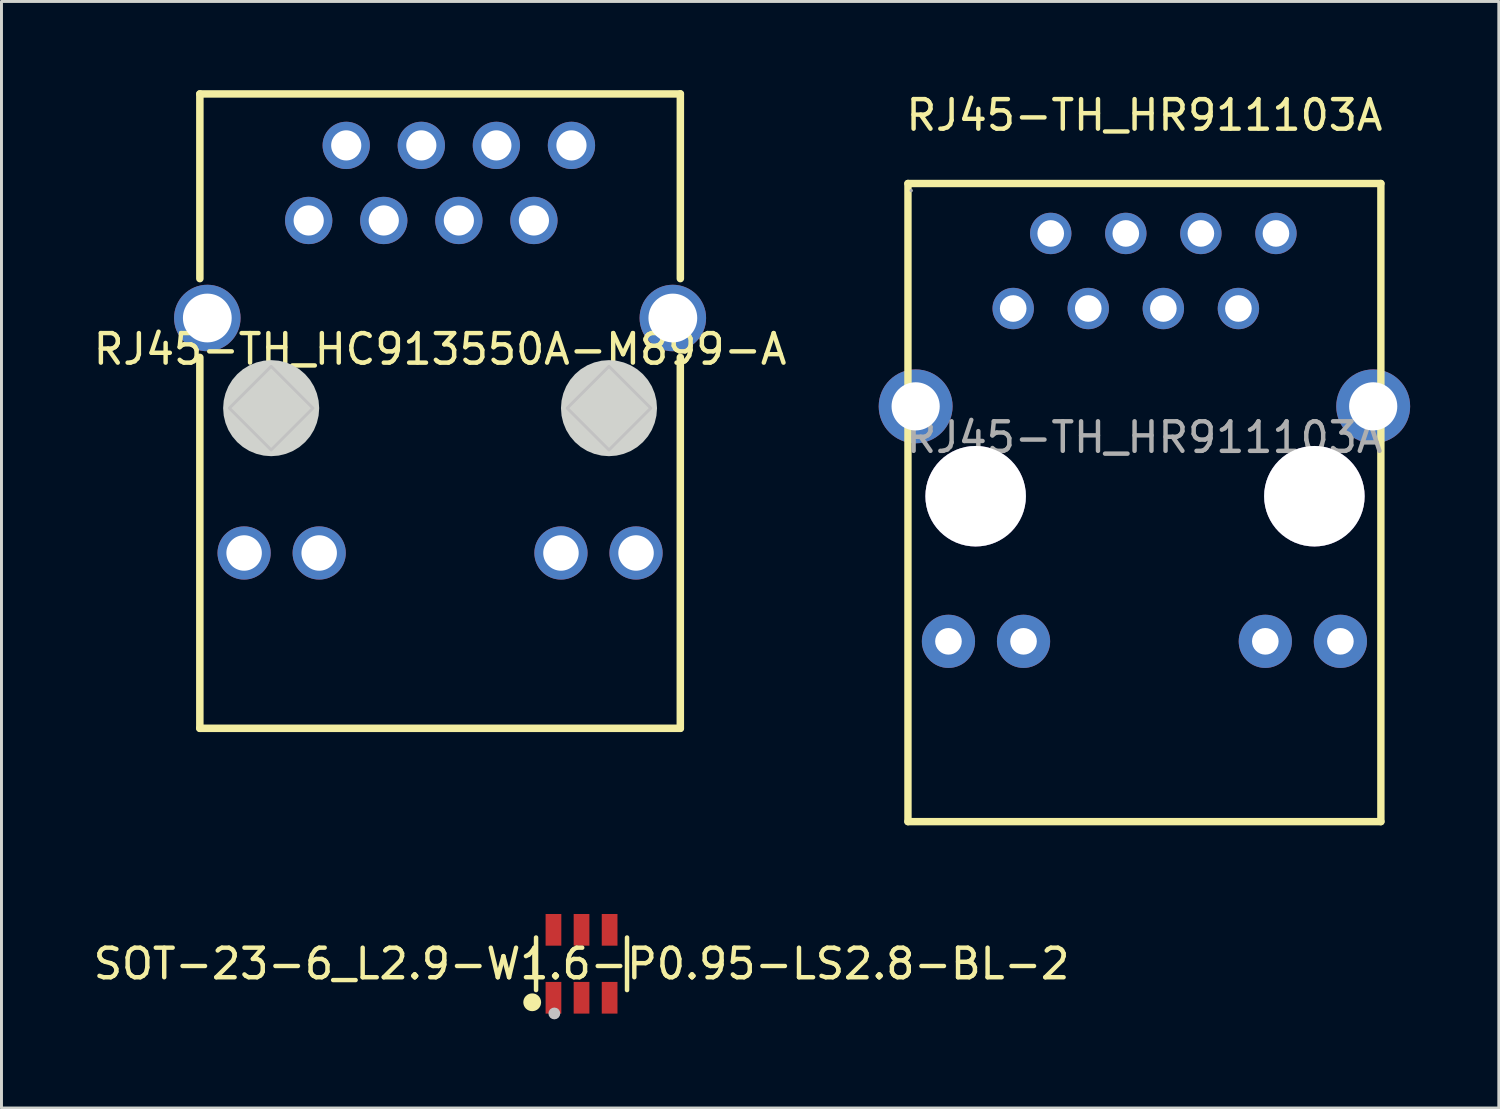
<source format=kicad_pcb>
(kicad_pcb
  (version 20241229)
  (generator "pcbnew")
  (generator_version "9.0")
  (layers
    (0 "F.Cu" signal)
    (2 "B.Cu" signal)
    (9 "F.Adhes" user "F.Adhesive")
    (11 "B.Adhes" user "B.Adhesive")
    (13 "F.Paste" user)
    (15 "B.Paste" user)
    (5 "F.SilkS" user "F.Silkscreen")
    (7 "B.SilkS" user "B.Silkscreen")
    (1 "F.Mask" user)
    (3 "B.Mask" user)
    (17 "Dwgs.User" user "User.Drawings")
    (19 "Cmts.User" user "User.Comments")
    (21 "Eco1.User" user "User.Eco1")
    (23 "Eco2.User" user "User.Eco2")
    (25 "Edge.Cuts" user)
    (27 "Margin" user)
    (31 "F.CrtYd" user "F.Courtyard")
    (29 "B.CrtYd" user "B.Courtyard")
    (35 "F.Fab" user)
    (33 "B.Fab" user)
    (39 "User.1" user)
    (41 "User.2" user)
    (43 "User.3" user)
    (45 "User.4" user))
  (footprint "RJ45-TH_HC913550A-M899-A"
    (layer "F.Cu")
    (at 11.839 8.764)
    (property "Reference" "RJ45-TH_HC913550A-M899-A" (at 0 0 0) (unlocked yes) (layer "F.SilkS") (effects (font (size 1 1) (thickness 0.15))))
    (fp_line (start -8.128 12.827) (end -8.128 0.278) (stroke (width 0.254) (type default)) (layer "F.SilkS"))
    (fp_line (start -8.127 -8.636) (end 8.129 -8.636) (stroke (width 0.254) (type default)) (layer "F.SilkS"))
    (fp_line (start -8.127 -2.388) (end -8.127 -8.636) (stroke (width 0.254) (type default)) (layer "F.SilkS"))
    (fp_line (start 8.128 0.278) (end 8.128 12.827) (stroke (width 0.254) (type default)) (layer "F.SilkS"))
    (fp_line (start 8.128 12.827) (end -8.128 12.827) (stroke (width 0.254) (type default)) (layer "F.SilkS"))
    (fp_line (start 8.129 -8.636) (end 8.129 -2.388) (stroke (width 0.254) (type default)) (layer "F.SilkS"))
    (fp_poly (pts (xy -5.715 3.409) (xy -7.129 1.995) (xy -5.715 0.581) (xy -4.301 1.995)) (stroke (width 0.1) (type default)) (fill no) (layer "Dwgs.User"))
    (fp_poly (pts (xy 5.715 3.409) (xy 4.301 1.995) (xy 5.715 0.581) (xy 7.129 1.995)) (stroke (width 0.1) (type default)) (fill no) (layer "Dwgs.User"))
    (fp_poly (pts (xy -4.09 1.995) (xy -4.11 1.741) (xy -4.17 1.493) (xy -4.267 1.257) (xy -4.4 1.04) (xy -4.566 0.846) (xy -4.76 0.68) (xy -4.977 0.547) (xy -5.213 0.45) (xy -5.461 0.39) (xy -5.715 0.37) (xy -5.969 0.39) (xy -6.217 0.45) (xy -6.453 0.547) (xy -6.67 0.68) (xy -6.864 0.846) (xy -7.03 1.04) (xy -7.163 1.257) (xy -7.26 1.493) (xy -7.32 1.741) (xy -7.34 1.995) (xy -7.32 2.249) (xy -7.26 2.497) (xy -7.163 2.733) (xy -7.03 2.95) (xy -6.864 3.144) (xy -6.67 3.31) (xy -6.453 3.443) (xy -6.217 3.54) (xy -5.969 3.6) (xy -5.715 3.62) (xy -5.461 3.6) (xy -5.213 3.54) (xy -4.977 3.443) (xy -4.76 3.31) (xy -4.566 3.144) (xy -4.4 2.95) (xy -4.267 2.733) (xy -4.17 2.497) (xy -4.11 2.249)) (stroke (width 0) (type default)) (fill yes) (layer "Edge.Cuts"))
    (fp_poly (pts (xy 7.34 1.995) (xy 7.32 1.741) (xy 7.26 1.493) (xy 7.163 1.257) (xy 7.03 1.04) (xy 6.864 0.846) (xy 6.67 0.68) (xy 6.453 0.547) (xy 6.217 0.45) (xy 5.969 0.39) (xy 5.715 0.37) (xy 5.461 0.39) (xy 5.213 0.45) (xy 4.977 0.547) (xy 4.76 0.68) (xy 4.566 0.846) (xy 4.4 1.04) (xy 4.267 1.257) (xy 4.17 1.493) (xy 4.11 1.741) (xy 4.09 1.995) (xy 4.11 2.249) (xy 4.17 2.497) (xy 4.267 2.733) (xy 4.4 2.95) (xy 4.566 3.144) (xy 4.76 3.31) (xy 4.977 3.443) (xy 5.213 3.54) (xy 5.461 3.6) (xy 5.715 3.62) (xy 5.969 3.6) (xy 6.217 3.54) (xy 6.453 3.443) (xy 6.67 3.31) (xy 6.864 3.144) (xy 7.03 2.95) (xy 7.163 2.733) (xy 7.26 2.497) (xy 7.32 2.249)) (stroke (width 0) (type default)) (fill yes) (layer "Edge.Cuts"))
    (fp_poly (pts (xy -8.025 -0.405) (xy -8.025 -1.705) (xy -7.725 -1.705) (xy -7.725 -0.405)) (stroke (width 0.1) (type default)) (fill no) (layer "User.1"))
    (fp_poly (pts (xy -7.01 6.575) (xy -6.25 6.575) (xy -6.25 7.215) (xy -7.01 7.215)) (stroke (width 0.1) (type default)) (fill no) (layer "User.1"))
    (fp_poly (pts (xy -4.77 -4.58) (xy -4.12 -4.58) (xy -4.12 -4.13) (xy -4.77 -4.13)) (stroke (width 0.1) (type default)) (fill no) (layer "User.1"))
    (fp_poly (pts (xy -4.47 6.575) (xy -3.71 6.575) (xy -3.71 7.215) (xy -4.47 7.215)) (stroke (width 0.1) (type default)) (fill no) (layer "User.1"))
    (fp_poly (pts (xy -3.5 -7.12) (xy -2.85 -7.12) (xy -2.85 -6.67) (xy -3.5 -6.67)) (stroke (width 0.1) (type default)) (fill no) (layer "User.1"))
    (fp_poly (pts (xy -2.23 -4.58) (xy -1.58 -4.58) (xy -1.58 -4.13) (xy -2.23 -4.13)) (stroke (width 0.1) (type default)) (fill no) (layer "User.1"))
    (fp_poly (pts (xy -0.96 -7.12) (xy -0.31 -7.12) (xy -0.31 -6.67) (xy -0.96 -6.67)) (stroke (width 0.1) (type default)) (fill no) (layer "User.1"))
    (fp_poly (pts (xy 0.31 -4.58) (xy 0.96 -4.58) (xy 0.96 -4.13) (xy 0.31 -4.13)) (stroke (width 0.1) (type default)) (fill no) (layer "User.1"))
    (fp_poly (pts (xy 1.58 -7.12) (xy 2.23 -7.12) (xy 2.23 -6.67) (xy 1.58 -6.67)) (stroke (width 0.1) (type default)) (fill no) (layer "User.1"))
    (fp_poly (pts (xy 2.85 -4.58) (xy 3.5 -4.58) (xy 3.5 -4.13) (xy 2.85 -4.13)) (stroke (width 0.1) (type default)) (fill no) (layer "User.1"))
    (fp_poly (pts (xy 3.71 6.575) (xy 4.47 6.575) (xy 4.47 7.215) (xy 3.71 7.215)) (stroke (width 0.1) (type default)) (fill no) (layer "User.1"))
    (fp_poly (pts (xy 4.12 -7.12) (xy 4.77 -7.12) (xy 4.77 -6.67) (xy 4.12 -6.67)) (stroke (width 0.1) (type default)) (fill no) (layer "User.1"))
    (fp_poly (pts (xy 6.25 6.575) (xy 7.01 6.575) (xy 7.01 7.215) (xy 6.25 7.215)) (stroke (width 0.1) (type default)) (fill no) (layer "User.1"))
    (fp_poly (pts (xy 7.725 -0.405) (xy 7.725 -1.705) (xy 8.025 -1.705) (xy 8.025 -0.405)) (stroke (width 0.1) (type default)) (fill no) (layer "User.1"))
    (fp_line (start -8 -8.605) (end 8 -8.605) (stroke (width 0.051) (type default)) (layer "User.2"))
    (fp_line (start -8 12.695) (end -8 -8.605) (stroke (width 0.051) (type default)) (layer "User.2"))
    (fp_line (start 8 -8.605) (end 8 12.695) (stroke (width 0.051) (type default)) (layer "User.2"))
    (fp_line (start 8 12.695) (end -8 12.695) (stroke (width 0.051) (type default)) (layer "User.2"))
    (fp_poly (pts (xy -7.965 -8.605) (xy -7.983 -8.647) (xy -8.025 -8.665) (xy -8.067 -8.647) (xy -8.085 -8.605) (xy -8.067 -8.563) (xy -8.025 -8.545) (xy -7.983 -8.563)) (stroke (width 0.1) (type default)) (fill no) (layer "User.3"))
    (pad "1" thru_hole circle (at -3.175 -6.895) (size 1.6 1.6) (drill 1.02) (layers "*.Cu" "*.Mask"))
    (pad "2" thru_hole circle (at -0.635 -6.895) (size 1.6 1.6) (drill 1.02) (layers "*.Cu" "*.Mask"))
    (pad "3" thru_hole circle (at 1.905 -6.895) (size 1.6 1.6) (drill 1.02) (layers "*.Cu" "*.Mask"))
    (pad "4" thru_hole circle (at 4.445 -6.895) (size 1.6 1.6) (drill 1.02) (layers "*.Cu" "*.Mask"))
    (pad "5" thru_hole circle (at -4.445 -4.355) (size 1.6 1.6) (drill 1.02) (layers "*.Cu" "*.Mask"))
    (pad "6" thru_hole circle (at -1.905 -4.355) (size 1.6 1.6) (drill 1.02) (layers "*.Cu" "*.Mask"))
    (pad "7" thru_hole circle (at 0.635 -4.355) (size 1.6 1.6) (drill 1.02) (layers "*.Cu" "*.Mask"))
    (pad "8" thru_hole circle (at 3.175 -4.355) (size 1.6 1.6) (drill 1.02) (layers "*.Cu" "*.Mask"))
    (pad "9" thru_hole circle (at -7.875 -1.055 90) (size 2.25 2.25) (drill 1.65) (layers "*.Cu" "*.Mask"))
    (pad "10" thru_hole circle (at 7.875 -1.055 90) (size 2.25 2.25) (drill 1.65) (layers "*.Cu" "*.Mask"))
    (pad "11" thru_hole circle (at -6.63 6.895) (size 1.8 1.8) (drill 1.2) (layers "*.Cu" "*.Mask"))
    (pad "12" thru_hole circle (at -4.09 6.895) (size 1.8 1.8) (drill 1.2) (layers "*.Cu" "*.Mask"))
    (pad "13" thru_hole circle (at 4.09 6.895) (size 1.8 1.8) (drill 1.2) (layers "*.Cu" "*.Mask"))
    (pad "14" thru_hole circle (at 6.63 6.895) (size 1.8 1.8) (drill 1.2) (layers "*.Cu" "*.Mask")))
  (footprint "RJ45-TH_HR911103A"
    (layer "F.Cu")
    (at 35.669 11.748)
    (property "Reference" "RJ45-TH_HR911103A" (at 0 -10.9 0) (layer "F.SilkS") (effects (font (size 1 1) (thickness 0.15))))
    (attr through_hole)
    (fp_line (start -8 -8.59) (end 8 -8.59) (stroke (width 0.25) (type solid)) (layer "F.SilkS"))
    (fp_line (start -8 13) (end -8 -8.59) (stroke (width 0.25) (type solid)) (layer "F.SilkS"))
    (fp_line (start 8 -8.59) (end 8 13) (stroke (width 0.25) (type solid)) (layer "F.SilkS"))
    (fp_line (start 8 13) (end -8 13) (stroke (width 0.25) (type solid)) (layer "F.SilkS"))
    (fp_circle (center -5.71 1.99) (end -4.96 1.99) (stroke (width 1.5) (type solid)) (fill no) (layer "Cmts.User"))
    (fp_circle (center 5.75 1.99) (end 6.5 1.99) (stroke (width 1.5) (type solid)) (fill no) (layer "Cmts.User"))
    (fp_circle (center -7.89 -8.35) (end -7.86 -8.35) (stroke (width 0.06) (type solid)) (fill no) (layer "F.Fab"))
    (fp_text user "${REFERENCE}" (at 0 0 0) (layer "F.Fab") (effects (font (size 1 1) (thickness 0.15))))
    (pad "" thru_hole circle (at -5.71 1.99) (size 3.4 3.4) (drill 3.4) (layers "*.Cu" "*.Mask"))
    (pad "" thru_hole circle (at 5.75 1.99) (size 3.4 3.4) (drill 3.4) (layers "*.Cu" "*.Mask"))
    (pad "1" thru_hole circle (at -4.44 -4.36) (size 1.4 1.4) (drill 0.9) (layers "*.Cu" "*.Mask"))
    (pad "2" thru_hole circle (at -3.17 -6.9) (size 1.4 1.4) (drill 0.9) (layers "*.Cu" "*.Mask"))
    (pad "3" thru_hole circle (at -1.9 -4.36) (size 1.4 1.4) (drill 0.9) (layers "*.Cu" "*.Mask"))
    (pad "4" thru_hole circle (at -0.63 -6.9) (size 1.4 1.4) (drill 0.9) (layers "*.Cu" "*.Mask"))
    (pad "5" thru_hole circle (at 0.64 -4.36) (size 1.4 1.4) (drill 0.9) (layers "*.Cu" "*.Mask"))
    (pad "6" thru_hole circle (at 1.91 -6.9) (size 1.4 1.4) (drill 0.9) (layers "*.Cu" "*.Mask"))
    (pad "7" thru_hole circle (at 3.18 -4.36) (size 1.4 1.4) (drill 0.9) (layers "*.Cu" "*.Mask"))
    (pad "8" thru_hole circle (at 4.45 -6.9) (size 1.4 1.4) (drill 0.9) (layers "*.Cu" "*.Mask"))
    (pad "9" thru_hole circle (at -6.63 6.9 180) (size 1.8 1.8) (drill 0.9) (layers "*.Cu" "*.Mask"))
    (pad "10" thru_hole circle (at -4.09 6.9 180) (size 1.8 1.8) (drill 0.9) (layers "*.Cu" "*.Mask"))
    (pad "11" thru_hole circle (at 4.09 6.9 180) (size 1.8 1.8) (drill 0.9) (layers "*.Cu" "*.Mask"))
    (pad "12" thru_hole circle (at 6.63 6.9 180) (size 1.8 1.8) (drill 0.9) (layers "*.Cu" "*.Mask"))
    (pad "13" thru_hole circle (at -7.74 -1.05) (size 2.5 2.5) (drill oval 1.63 1.63) (layers "*.Cu" "*.Mask"))
    (pad "13" thru_hole circle (at 7.74 -1.05) (size 2.5 2.5) (drill oval 1.63 1.63) (layers "*.Cu" "*.Mask")))
  (footprint "SOT-23-6_L2.9-W1.6-P0.95-LS2.8-BL-2"
    (layer "F.Cu")
    (at 16.625 29.558)
    (property "Reference" "SOT-23-6_L2.9-W1.6-P0.95-LS2.8-BL-2" (at 0 0 0) (unlocked yes) (layer "F.SilkS") (effects (font (size 1 1) (thickness 0.15))))
    (fp_line (start -1.539 0.889) (end -1.539 -0.889) (stroke (width 0.152) (type default)) (layer "F.SilkS"))
    (fp_line (start 1.539 0.889) (end 1.539 -0.889) (stroke (width 0.152) (type default)) (layer "F.SilkS"))
    (fp_circle (center -1.669 1.302) (end -1.518 1.302) (stroke (width 0.3) (type default)) (fill no) (layer "F.SilkS"))
    (fp_circle (center -0.92 1.68) (end -0.82 1.68) (stroke (width 0.2) (type default)) (fill no) (layer "Dwgs.User"))
    (fp_poly (pts (xy -1.188 -0.95) (xy -1.188 -1.4) (xy -0.713 -1.4) (xy -0.713 -0.95)) (stroke (width 0.1) (type default)) (fill no) (layer "User.1"))
    (fp_poly (pts (xy -1.188 -0.79) (xy -1.188 -0.96) (xy -0.713 -0.96) (xy -0.713 -0.79)) (stroke (width 0.1) (type default)) (fill no) (layer "User.1"))
    (fp_poly (pts (xy -1.113 0.935) (xy -1.113 0.79) (xy -0.787 0.79) (xy -0.787 0.935)) (stroke (width 0.1) (type default)) (fill no) (layer "User.1"))
    (fp_poly (pts (xy -1.113 1.4) (xy -1.113 0.925) (xy -0.787 0.925) (xy -0.787 1.4)) (stroke (width 0.1) (type default)) (fill no) (layer "User.1"))
    (fp_poly (pts (xy -0.237 -0.95) (xy -0.237 -1.4) (xy 0.237 -1.4) (xy 0.237 -0.95)) (stroke (width 0.1) (type default)) (fill no) (layer "User.1"))
    (fp_poly (pts (xy -0.237 -0.79) (xy -0.237 -0.96) (xy 0.237 -0.96) (xy 0.237 -0.79)) (stroke (width 0.1) (type default)) (fill no) (layer "User.1"))
    (fp_poly (pts (xy -0.163 0.935) (xy -0.163 0.79) (xy 0.163 0.79) (xy 0.163 0.935)) (stroke (width 0.1) (type default)) (fill no) (layer "User.1"))
    (fp_poly (pts (xy -0.163 1.4) (xy -0.163 0.925) (xy 0.163 0.925) (xy 0.163 1.4)) (stroke (width 0.1) (type default)) (fill no) (layer "User.1"))
    (fp_poly (pts (xy 0.713 -0.95) (xy 0.713 -1.4) (xy 1.188 -1.4) (xy 1.188 -0.95)) (stroke (width 0.1) (type default)) (fill no) (layer "User.1"))
    (fp_poly (pts (xy 0.713 -0.79) (xy 0.713 -0.96) (xy 1.188 -0.96) (xy 1.188 -0.79)) (stroke (width 0.1) (type default)) (fill no) (layer "User.1"))
    (fp_poly (pts (xy 0.787 0.935) (xy 0.787 0.79) (xy 1.113 0.79) (xy 1.113 0.935)) (stroke (width 0.1) (type default)) (fill no) (layer "User.1"))
    (fp_poly (pts (xy 0.787 1.4) (xy 0.787 0.925) (xy 1.113 0.925) (xy 1.113 1.4)) (stroke (width 0.1) (type default)) (fill no) (layer "User.1"))
    (fp_line (start -1.463 -0.813) (end 1.463 -0.813) (stroke (width 0.051) (type default)) (layer "User.2"))
    (fp_line (start -1.463 0.813) (end -1.463 -0.813) (stroke (width 0.051) (type default)) (layer "User.2"))
    (fp_line (start 1.463 -0.813) (end 1.463 0.813) (stroke (width 0.051) (type default)) (layer "User.2"))
    (fp_line (start 1.463 0.813) (end -1.463 0.813) (stroke (width 0.051) (type default)) (layer "User.2"))
    (fp_poly (pts (xy -1.403 1.4) (xy -1.421 1.358) (xy -1.463 1.34) (xy -1.505 1.358) (xy -1.523 1.4) (xy -1.505 1.442) (xy -1.463 1.46) (xy -1.421 1.442)) (stroke (width 0.1) (type default)) (fill no) (layer "User.3"))
    (pad "1" smd rect (at -0.95 1.149) (size 0.532 1.072) (layers "F.Cu" "F.Mask" "F.Paste"))
    (pad "2" smd rect (at 0 1.149) (size 0.532 1.072) (layers "F.Cu" "F.Mask" "F.Paste"))
    (pad "3" smd rect (at 0.95 1.149) (size 0.532 1.072) (layers "F.Cu" "F.Mask" "F.Paste"))
    (pad "4" smd rect (at 0.95 -1.149) (size 0.532 1.072) (layers "F.Cu" "F.Mask" "F.Paste"))
    (pad "5" smd rect (at 0 -1.149) (size 0.532 1.072) (layers "F.Cu" "F.Mask" "F.Paste"))
    (pad "6" smd rect (at -0.95 -1.149) (size 0.532 1.072) (layers "F.Cu" "F.Mask" "F.Paste")))
  (gr_rect
    (start -3 -3)
    (end 47.659 34.438)
    (stroke (width 0.1) (type default))
    (fill no)
    (layer "Edge.Cuts")))
</source>
